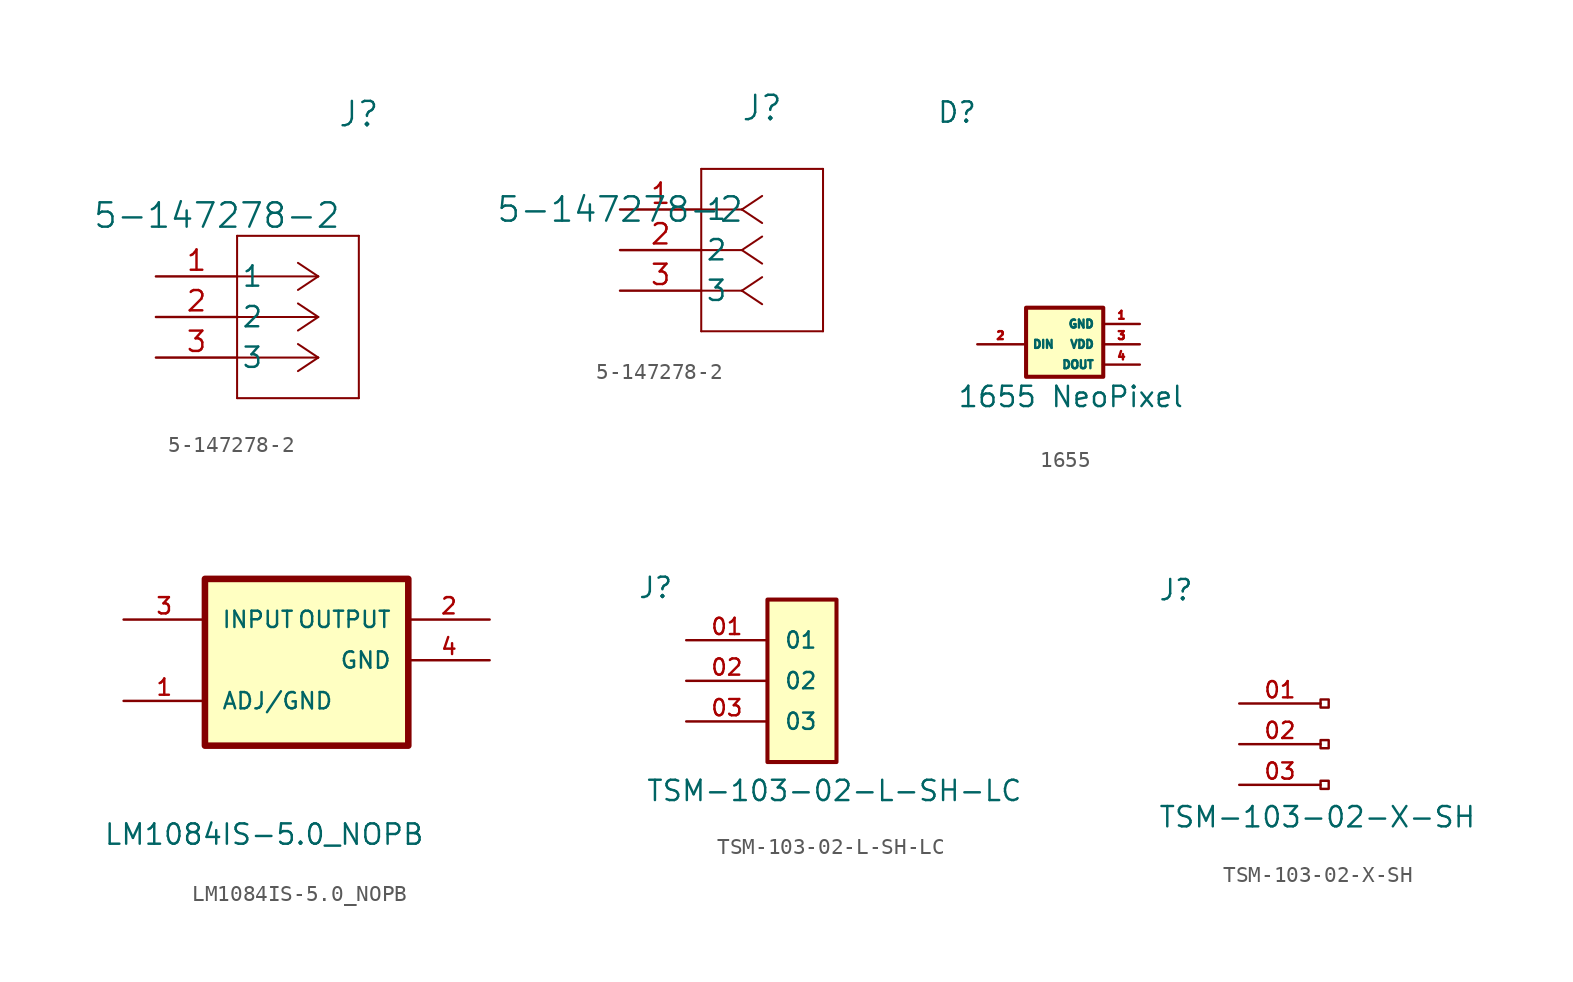
<source format=kicad_sym>
(kicad_symbol_lib
  (version 20241209)
  (generator "kicad_symbol_editor")
  (generator_version "9.0")
  (symbol "5-147278-2"
    (pin_names
      (offset 0.254))
    (property "Reference" "J"
      (at 8.89 6.35 0)
      (effects (font (size 1.524 1.524))))
    (property "Value" "5-147278-2"
      (at 0 0 0)
      (effects (font (size 1.524 1.524))))
    (symbol "5-147278-2_1_1"
      (polyline (pts (xy 1.27 -1.27) (xy 1.27 -11.43)) (stroke (width 0.127) (type default)) (fill (type none)))
      (polyline (pts (xy 1.27 -11.43) (xy 8.89 -11.43)) (stroke (width 0.127) (type default)) (fill (type none)))
      (polyline (pts (xy 6.35 -3.81) (xy 1.27 -3.81)) (stroke (width 0.127) (type default)) (fill (type none)))
      (polyline (pts (xy 6.35 -3.81) (xy 5.08 -2.963)) (stroke (width 0.127) (type default)) (fill (type none)))
      (polyline (pts (xy 6.35 -3.81) (xy 5.08 -4.657)) (stroke (width 0.127) (type default)) (fill (type none)))
      (polyline (pts (xy 6.35 -6.35) (xy 1.27 -6.35)) (stroke (width 0.127) (type default)) (fill (type none)))
      (polyline (pts (xy 6.35 -6.35) (xy 5.08 -5.503)) (stroke (width 0.127) (type default)) (fill (type none)))
      (polyline (pts (xy 6.35 -6.35) (xy 5.08 -7.197)) (stroke (width 0.127) (type default)) (fill (type none)))
      (polyline (pts (xy 6.35 -8.89) (xy 1.27 -8.89)) (stroke (width 0.127) (type default)) (fill (type none)))
      (polyline (pts (xy 6.35 -8.89) (xy 5.08 -8.043)) (stroke (width 0.127) (type default)) (fill (type none)))
      (polyline (pts (xy 6.35 -8.89) (xy 5.08 -9.737)) (stroke (width 0.127) (type default)) (fill (type none)))
      (polyline (pts (xy 8.89 -1.27) (xy 1.27 -1.27)) (stroke (width 0.127) (type default)) (fill (type none)))
      (polyline (pts (xy 8.89 -11.43) (xy 8.89 -1.27)) (stroke (width 0.127) (type default)) (fill (type none)))
      (pin unspecified line (at -3.81 -3.81 0) (length 5.08) (name "1" (effects (font (size 1.27 1.27)))) (number "1" (effects (font (size 1.27 1.27)))))
      (pin unspecified line (at -3.81 -6.35 0) (length 5.08) (name "2" (effects (font (size 1.27 1.27)))) (number "2" (effects (font (size 1.27 1.27)))))
      (pin unspecified line (at -3.81 -8.89 0) (length 5.08) (name "3" (effects (font (size 1.27 1.27)))) (number "3" (effects (font (size 1.27 1.27))))))
    (symbol "5-147278-2_1_2"
      (polyline (pts (xy 5.08 2.54) (xy 5.08 -7.62)) (stroke (width 0.127) (type default)) (fill (type none)))
      (polyline (pts (xy 5.08 -7.62) (xy 12.7 -7.62)) (stroke (width 0.127) (type default)) (fill (type none)))
      (polyline (pts (xy 7.62 0) (xy 5.08 0)) (stroke (width 0.127) (type default)) (fill (type none)))
      (polyline (pts (xy 7.62 0) (xy 8.89 0.847)) (stroke (width 0.127) (type default)) (fill (type none)))
      (polyline (pts (xy 7.62 0) (xy 8.89 -0.847)) (stroke (width 0.127) (type default)) (fill (type none)))
      (polyline (pts (xy 7.62 -2.54) (xy 5.08 -2.54)) (stroke (width 0.127) (type default)) (fill (type none)))
      (polyline (pts (xy 7.62 -2.54) (xy 8.89 -1.693)) (stroke (width 0.127) (type default)) (fill (type none)))
      (polyline (pts (xy 7.62 -2.54) (xy 8.89 -3.387)) (stroke (width 0.127) (type default)) (fill (type none)))
      (polyline (pts (xy 7.62 -5.08) (xy 5.08 -5.08)) (stroke (width 0.127) (type default)) (fill (type none)))
      (polyline (pts (xy 7.62 -5.08) (xy 8.89 -4.233)) (stroke (width 0.127) (type default)) (fill (type none)))
      (polyline (pts (xy 7.62 -5.08) (xy 8.89 -5.927)) (stroke (width 0.127) (type default)) (fill (type none)))
      (polyline (pts (xy 12.7 2.54) (xy 5.08 2.54)) (stroke (width 0.127) (type default)) (fill (type none)))
      (polyline (pts (xy 12.7 -7.62) (xy 12.7 2.54)) (stroke (width 0.127) (type default)) (fill (type none)))
      (pin unspecified line (at 0 0 0) (length 5.08) (name "1" (effects (font (size 1.27 1.27)))) (number "1" (effects (font (size 1.27 1.27)))))
      (pin unspecified line (at 0 -2.54 0) (length 5.08) (name "2" (effects (font (size 1.27 1.27)))) (number "2" (effects (font (size 1.27 1.27)))))
      (pin unspecified line (at 0 -5.08 0) (length 5.08) (name "3" (effects (font (size 1.27 1.27)))) (number "3" (effects (font (size 1.27 1.27)))))))
  (symbol "1655"
    (pin_names
      (offset 0.5))
    (property "Reference" "D"
      (at -10.162 8.892 0)
      (effects (font (size 1.27 1.27)) (justify top)))
    (property "Value" "1655 NeoPixel"
      (at -10.16 -8.89 0)
      (effects (font (size 1.27 1.27)) (justify left top)))
    (symbol "1655_0_0"
      (rectangle (start -5.842 -4.064) (end -1.016 -8.382) (stroke (width 0.254) (type default)) (fill (type background)))
      (pin power_in line (at 1.27 -6.35 180) (length 2.3) (name "VDD" (effects (font (size 0.5 0.5)))) (number "3" (effects (font (size 0.5 0.5)))))
      (pin output line (at 1.27 -7.62 180) (length 2.3) (name "DOUT" (effects (font (size 0.5 0.5)))) (number "4" (effects (font (size 0.5 0.5))))))
    (symbol "1655_1_0"
      (pin input line (at -8.89 -6.35 0) (length 2.9) (name "DIN" (effects (font (size 0.5 0.5)))) (number "2" (effects (font (size 0.5 0.5)))))
      (pin power_in line (at 1.27 -5.08 180) (length 2.3) (name "GND" (effects (font (size 0.5 0.5)))) (number "1" (effects (font (size 0.5 0.5)))))))
  (symbol "LM1084IS-5.0_NOPB"
    (pin_names
      (offset 1.016))
    (property "Reference" "U"
      (at -12.7 6.08 0)
      (effects (font (size 1.27 1.27)) (justify left bottom) (hide yes)))
    (property "Value" "LM1084IS-5.0_NOPB"
      (at -12.7 -11.62 0)
      (effects (font (size 1.27 1.27)) (justify left bottom)))
    (symbol "LM1084IS-5.0_NOPB_0_0"
      (rectangle (start -6.35 5.08) (end 6.35 -5.334) (stroke (width 0.41) (type default)) (fill (type background)))
      (pin input line (at -11.43 2.54 0) (length 5.08) (name "INPUT" (effects (font (size 1.016 1.016)))) (number "3" (effects (font (size 1.016 1.016)))))
      (pin bidirectional line (at -11.43 -2.54 0) (length 5.08) (name "ADJ/GND" (effects (font (size 1.016 1.016)))) (number "1" (effects (font (size 1.016 1.016))))))
    (symbol "LM1084IS-5.0_NOPB_1_0"
      (pin output line (at 11.43 2.54 180) (length 5.08) (name "OUTPUT" (effects (font (size 1.016 1.016)))) (number "2" (effects (font (size 1.016 1.016)))))
      (pin input line (at 11.43 0 180) (length 5.08) (name "GND" (effects (font (size 1.016 1.016)))) (number "4" (effects (font (size 1.016 1.016)))))))
  (symbol "TSM-103-02-L-SH-LC"
    (pin_names
      (offset 1.016))
    (property "Reference" "J"
      (at -8.12 5.08 0)
      (effects (font (size 1.27 1.27)) (justify left bottom)))
    (property "Value" "TSM-103-02-L-SH-LC"
      (at -7.62 -7.62 0)
      (effects (font (size 1.27 1.27)) (justify left bottom)))
    (symbol "TSM-103-02-L-SH-LC_0_0"
      (rectangle (start 0 5.08) (end 4.318 -5.08) (stroke (width 0.254) (type default)) (fill (type background)))
      (pin passive line (at -5.08 2.54 0) (length 5.08) (name "01" (effects (font (size 1.016 1.016)))) (number "01" (effects (font (size 1.016 1.016)))))
      (pin passive line (at -5.08 0 0) (length 5.08) (name "02" (effects (font (size 1.016 1.016)))) (number "02" (effects (font (size 1.016 1.016)))))
      (pin passive line (at -5.08 -2.54 0) (length 5.08) (name "03" (effects (font (size 1.016 1.016)))) (number "03" (effects (font (size 1.016 1.016)))))))
  (symbol "TSM-103-02-X-SH"
    (pin_names
      (offset 1.016))
    (property "Reference" "J"
      (at -5.08 6.35 0)
      (effects (font (size 1.27 1.27)) (justify left bottom)))
    (property "Value" "TSM-103-02-X-SH"
      (at -5.08 -6.35 0)
      (effects (font (size 1.27 1.27)) (justify left top)))
    (symbol "TSM-103-02-X-SH_0_1"
      (rectangle (start 5.08 0.254) (end 5.588 -0.254) (stroke (width 0) (type default)) (fill (type none)))
      (rectangle (start 5.08 -2.286) (end 5.588 -2.794) (stroke (width 0) (type default)) (fill (type none)))
      (rectangle (start 5.08 -4.826) (end 5.588 -5.334) (stroke (width 0) (type default)) (fill (type none))))
    (symbol "TSM-103-02-X-SH_1_0"
      (pin passive line (at 0 0 0) (length 5.08) (name "" (effects (font (size 1.016 1.016)))) (number "01" (effects (font (size 1.016 1.016)))))
      (pin passive line (at 0 -2.54 0) (length 5.08) (name "" (effects (font (size 1.016 1.016)))) (number "02" (effects (font (size 1.016 1.016)))))
      (pin passive line (at 0 -5.08 0) (length 5.08) (name "" (effects (font (size 1.016 1.016)))) (number "03" (effects (font (size 1.016 1.016))))))))
</source>
